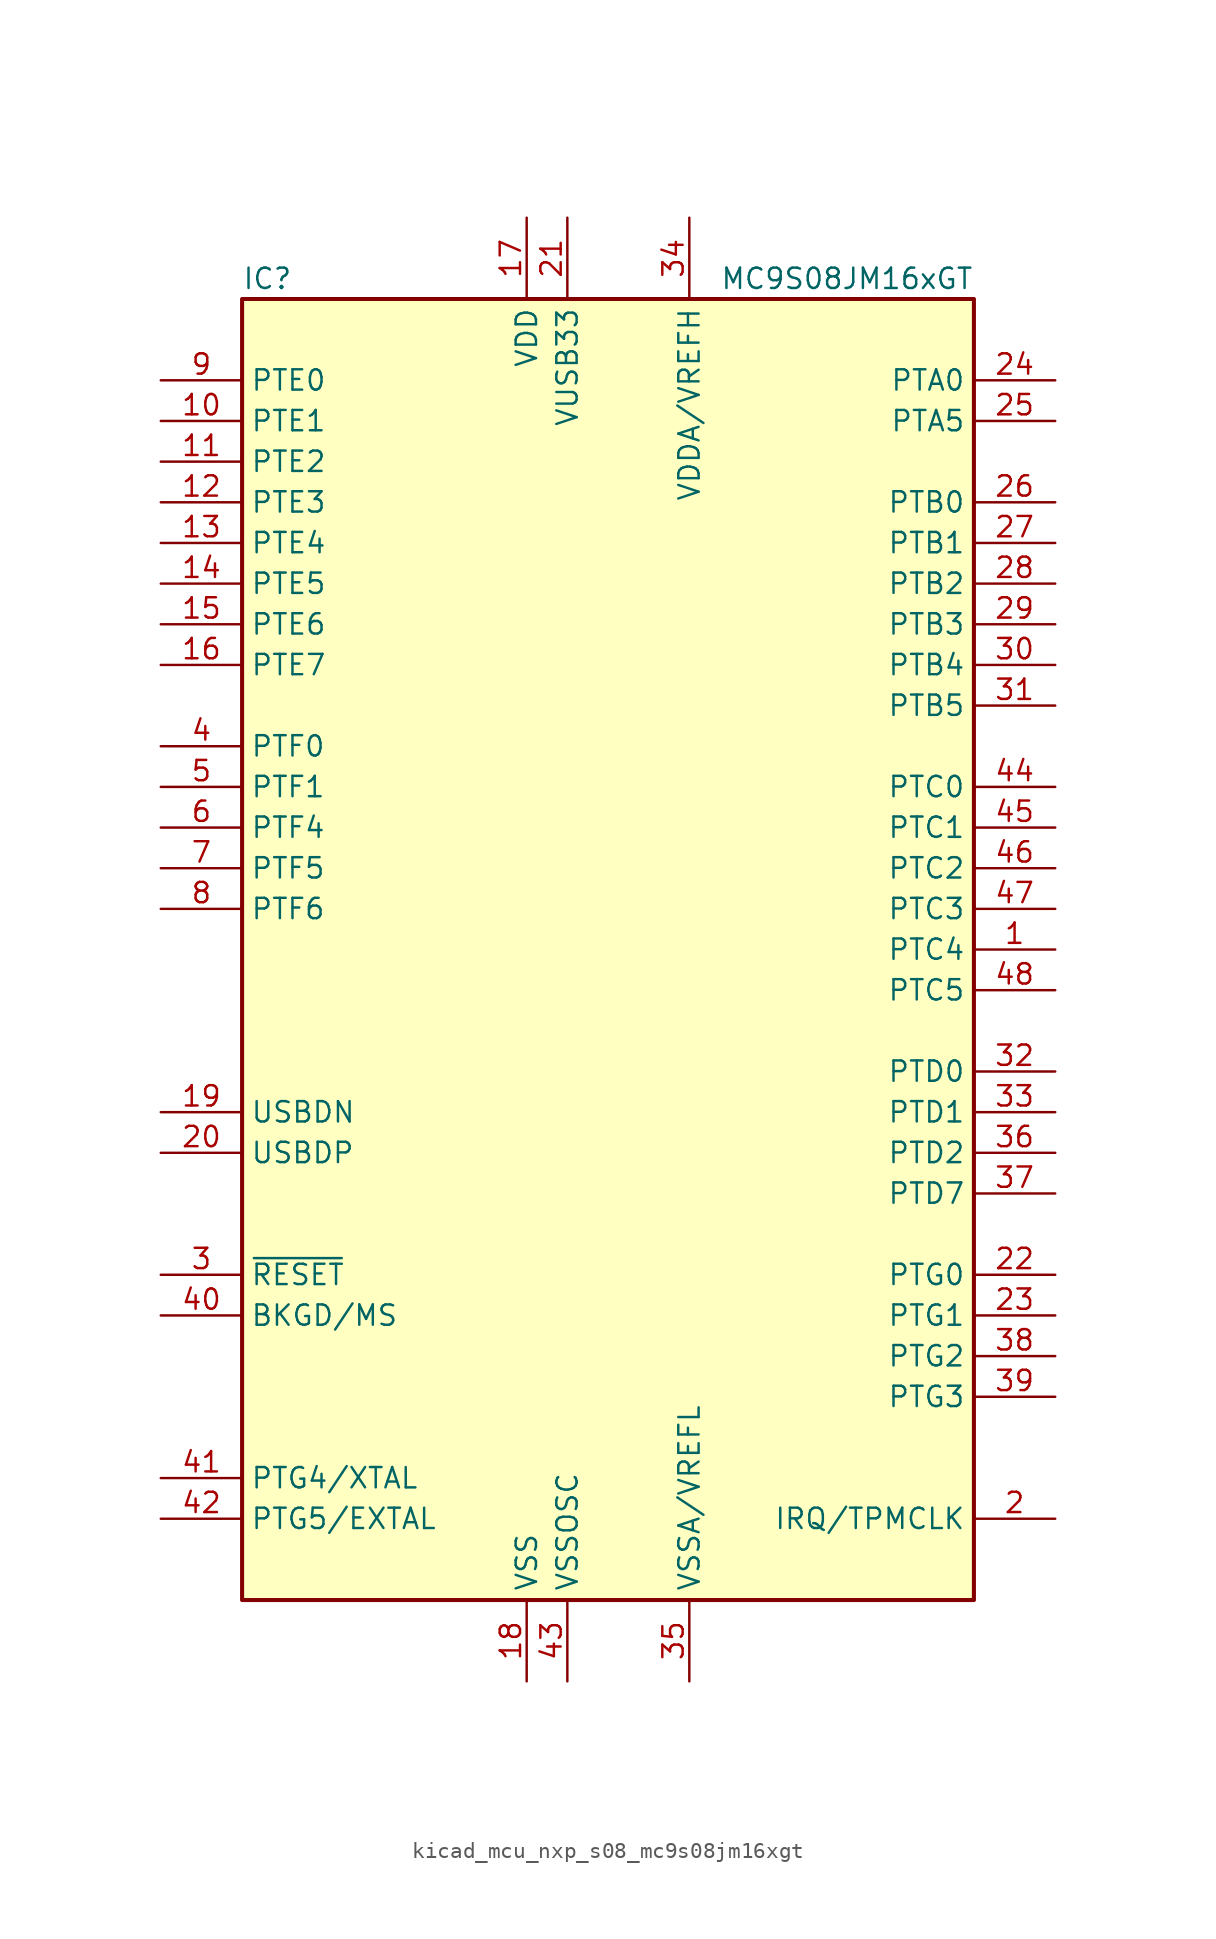
<source format=kicad_sym>
(kicad_symbol_lib
  (version 20220914)
  (generator kicad_symbol_editor)
  (symbol "kicad_mcu_nxp_s08_mc9s08jm16xgt"
    (property "Reference" "IC"
      (at -22.86 41.91 0)
      (effects (font (size 1.27 1.27)) (justify left)))
    (property "Value" "MC9S08JM16xGT"
      (at 22.86 41.91 0)
      (effects (font (size 1.27 1.27)) (justify right)))
    (symbol "kicad_mcu_nxp_s08_mc9s08jm16xgt_0_1"
      (rectangle (start -22.86 40.64) (end 22.86 -40.64) (stroke (width 0.254) (type default)) (fill (type background))))
    (symbol "kicad_mcu_nxp_s08_mc9s08jm16xgt_1_1"
      (pin bidirectional line (at 27.94 0 180) (length 5.08) (name "PTC4" (effects (font (size 1.27 1.27)))) (number "1" (effects (font (size 1.27 1.27)))))
      (pin bidirectional line (at -27.94 33.02 0) (length 5.08) (name "PTE1" (effects (font (size 1.27 1.27)))) (number "10" (effects (font (size 1.27 1.27)))))
      (pin bidirectional line (at -27.94 30.48 0) (length 5.08) (name "PTE2" (effects (font (size 1.27 1.27)))) (number "11" (effects (font (size 1.27 1.27)))))
      (pin bidirectional line (at -27.94 27.94 0) (length 5.08) (name "PTE3" (effects (font (size 1.27 1.27)))) (number "12" (effects (font (size 1.27 1.27)))))
      (pin bidirectional line (at -27.94 25.4 0) (length 5.08) (name "PTE4" (effects (font (size 1.27 1.27)))) (number "13" (effects (font (size 1.27 1.27)))))
      (pin bidirectional line (at -27.94 22.86 0) (length 5.08) (name "PTE5" (effects (font (size 1.27 1.27)))) (number "14" (effects (font (size 1.27 1.27)))))
      (pin bidirectional line (at -27.94 20.32 0) (length 5.08) (name "PTE6" (effects (font (size 1.27 1.27)))) (number "15" (effects (font (size 1.27 1.27)))))
      (pin bidirectional line (at -27.94 17.78 0) (length 5.08) (name "PTE7" (effects (font (size 1.27 1.27)))) (number "16" (effects (font (size 1.27 1.27)))))
      (pin power_in line (at -5.08 45.72 270) (length 5.08) (name "VDD" (effects (font (size 1.27 1.27)))) (number "17" (effects (font (size 1.27 1.27)))))
      (pin power_in line (at -5.08 -45.72 90) (length 5.08) (name "VSS" (effects (font (size 1.27 1.27)))) (number "18" (effects (font (size 1.27 1.27)))))
      (pin bidirectional line (at -27.94 -10.16 0) (length 5.08) (name "USBDN" (effects (font (size 1.27 1.27)))) (number "19" (effects (font (size 1.27 1.27)))))
      (pin bidirectional line (at 27.94 -35.56 180) (length 5.08) (name "IRQ/TPMCLK" (effects (font (size 1.27 1.27)))) (number "2" (effects (font (size 1.27 1.27)))))
      (pin bidirectional line (at -27.94 -12.7 0) (length 5.08) (name "USBDP" (effects (font (size 1.27 1.27)))) (number "20" (effects (font (size 1.27 1.27)))))
      (pin power_out line (at -2.54 45.72 270) (length 5.08) (name "VUSB33" (effects (font (size 1.27 1.27)))) (number "21" (effects (font (size 1.27 1.27)))))
      (pin bidirectional line (at 27.94 -20.32 180) (length 5.08) (name "PTG0" (effects (font (size 1.27 1.27)))) (number "22" (effects (font (size 1.27 1.27)))))
      (pin bidirectional line (at 27.94 -22.86 180) (length 5.08) (name "PTG1" (effects (font (size 1.27 1.27)))) (number "23" (effects (font (size 1.27 1.27)))))
      (pin bidirectional line (at 27.94 35.56 180) (length 5.08) (name "PTA0" (effects (font (size 1.27 1.27)))) (number "24" (effects (font (size 1.27 1.27)))))
      (pin bidirectional line (at 27.94 33.02 180) (length 5.08) (name "PTA5" (effects (font (size 1.27 1.27)))) (number "25" (effects (font (size 1.27 1.27)))))
      (pin bidirectional line (at 27.94 27.94 180) (length 5.08) (name "PTB0" (effects (font (size 1.27 1.27)))) (number "26" (effects (font (size 1.27 1.27)))))
      (pin bidirectional line (at 27.94 25.4 180) (length 5.08) (name "PTB1" (effects (font (size 1.27 1.27)))) (number "27" (effects (font (size 1.27 1.27)))))
      (pin bidirectional line (at 27.94 22.86 180) (length 5.08) (name "PTB2" (effects (font (size 1.27 1.27)))) (number "28" (effects (font (size 1.27 1.27)))))
      (pin bidirectional line (at 27.94 20.32 180) (length 5.08) (name "PTB3" (effects (font (size 1.27 1.27)))) (number "29" (effects (font (size 1.27 1.27)))))
      (pin input line (at -27.94 -20.32 0) (length 5.08) (name "~{RESET}" (effects (font (size 1.27 1.27)))) (number "3" (effects (font (size 1.27 1.27)))))
      (pin bidirectional line (at 27.94 17.78 180) (length 5.08) (name "PTB4" (effects (font (size 1.27 1.27)))) (number "30" (effects (font (size 1.27 1.27)))))
      (pin bidirectional line (at 27.94 15.24 180) (length 5.08) (name "PTB5" (effects (font (size 1.27 1.27)))) (number "31" (effects (font (size 1.27 1.27)))))
      (pin bidirectional line (at 27.94 -7.62 180) (length 5.08) (name "PTD0" (effects (font (size 1.27 1.27)))) (number "32" (effects (font (size 1.27 1.27)))))
      (pin bidirectional line (at 27.94 -10.16 180) (length 5.08) (name "PTD1" (effects (font (size 1.27 1.27)))) (number "33" (effects (font (size 1.27 1.27)))))
      (pin power_in line (at 5.08 45.72 270) (length 5.08) (name "VDDA/VREFH" (effects (font (size 1.27 1.27)))) (number "34" (effects (font (size 1.27 1.27)))))
      (pin power_in line (at 5.08 -45.72 90) (length 5.08) (name "VSSA/VREFL" (effects (font (size 1.27 1.27)))) (number "35" (effects (font (size 1.27 1.27)))))
      (pin bidirectional line (at 27.94 -12.7 180) (length 5.08) (name "PTD2" (effects (font (size 1.27 1.27)))) (number "36" (effects (font (size 1.27 1.27)))))
      (pin bidirectional line (at 27.94 -15.24 180) (length 5.08) (name "PTD7" (effects (font (size 1.27 1.27)))) (number "37" (effects (font (size 1.27 1.27)))))
      (pin bidirectional line (at 27.94 -25.4 180) (length 5.08) (name "PTG2" (effects (font (size 1.27 1.27)))) (number "38" (effects (font (size 1.27 1.27)))))
      (pin bidirectional line (at 27.94 -27.94 180) (length 5.08) (name "PTG3" (effects (font (size 1.27 1.27)))) (number "39" (effects (font (size 1.27 1.27)))))
      (pin bidirectional line (at -27.94 12.7 0) (length 5.08) (name "PTF0" (effects (font (size 1.27 1.27)))) (number "4" (effects (font (size 1.27 1.27)))))
      (pin bidirectional line (at -27.94 -22.86 0) (length 5.08) (name "BKGD/MS" (effects (font (size 1.27 1.27)))) (number "40" (effects (font (size 1.27 1.27)))))
      (pin bidirectional line (at -27.94 -33.02 0) (length 5.08) (name "PTG4/XTAL" (effects (font (size 1.27 1.27)))) (number "41" (effects (font (size 1.27 1.27)))))
      (pin bidirectional line (at -27.94 -35.56 0) (length 5.08) (name "PTG5/EXTAL" (effects (font (size 1.27 1.27)))) (number "42" (effects (font (size 1.27 1.27)))))
      (pin power_in line (at -2.54 -45.72 90) (length 5.08) (name "VSSOSC" (effects (font (size 1.27 1.27)))) (number "43" (effects (font (size 1.27 1.27)))))
      (pin bidirectional line (at 27.94 10.16 180) (length 5.08) (name "PTC0" (effects (font (size 1.27 1.27)))) (number "44" (effects (font (size 1.27 1.27)))))
      (pin bidirectional line (at 27.94 7.62 180) (length 5.08) (name "PTC1" (effects (font (size 1.27 1.27)))) (number "45" (effects (font (size 1.27 1.27)))))
      (pin bidirectional line (at 27.94 5.08 180) (length 5.08) (name "PTC2" (effects (font (size 1.27 1.27)))) (number "46" (effects (font (size 1.27 1.27)))))
      (pin bidirectional line (at 27.94 2.54 180) (length 5.08) (name "PTC3" (effects (font (size 1.27 1.27)))) (number "47" (effects (font (size 1.27 1.27)))))
      (pin bidirectional line (at 27.94 -2.54 180) (length 5.08) (name "PTC5" (effects (font (size 1.27 1.27)))) (number "48" (effects (font (size 1.27 1.27)))))
      (pin bidirectional line (at -27.94 10.16 0) (length 5.08) (name "PTF1" (effects (font (size 1.27 1.27)))) (number "5" (effects (font (size 1.27 1.27)))))
      (pin bidirectional line (at -27.94 7.62 0) (length 5.08) (name "PTF4" (effects (font (size 1.27 1.27)))) (number "6" (effects (font (size 1.27 1.27)))))
      (pin bidirectional line (at -27.94 5.08 0) (length 5.08) (name "PTF5" (effects (font (size 1.27 1.27)))) (number "7" (effects (font (size 1.27 1.27)))))
      (pin bidirectional line (at -27.94 2.54 0) (length 5.08) (name "PTF6" (effects (font (size 1.27 1.27)))) (number "8" (effects (font (size 1.27 1.27)))))
      (pin bidirectional line (at -27.94 35.56 0) (length 5.08) (name "PTE0" (effects (font (size 1.27 1.27)))) (number "9" (effects (font (size 1.27 1.27))))))))
</source>
